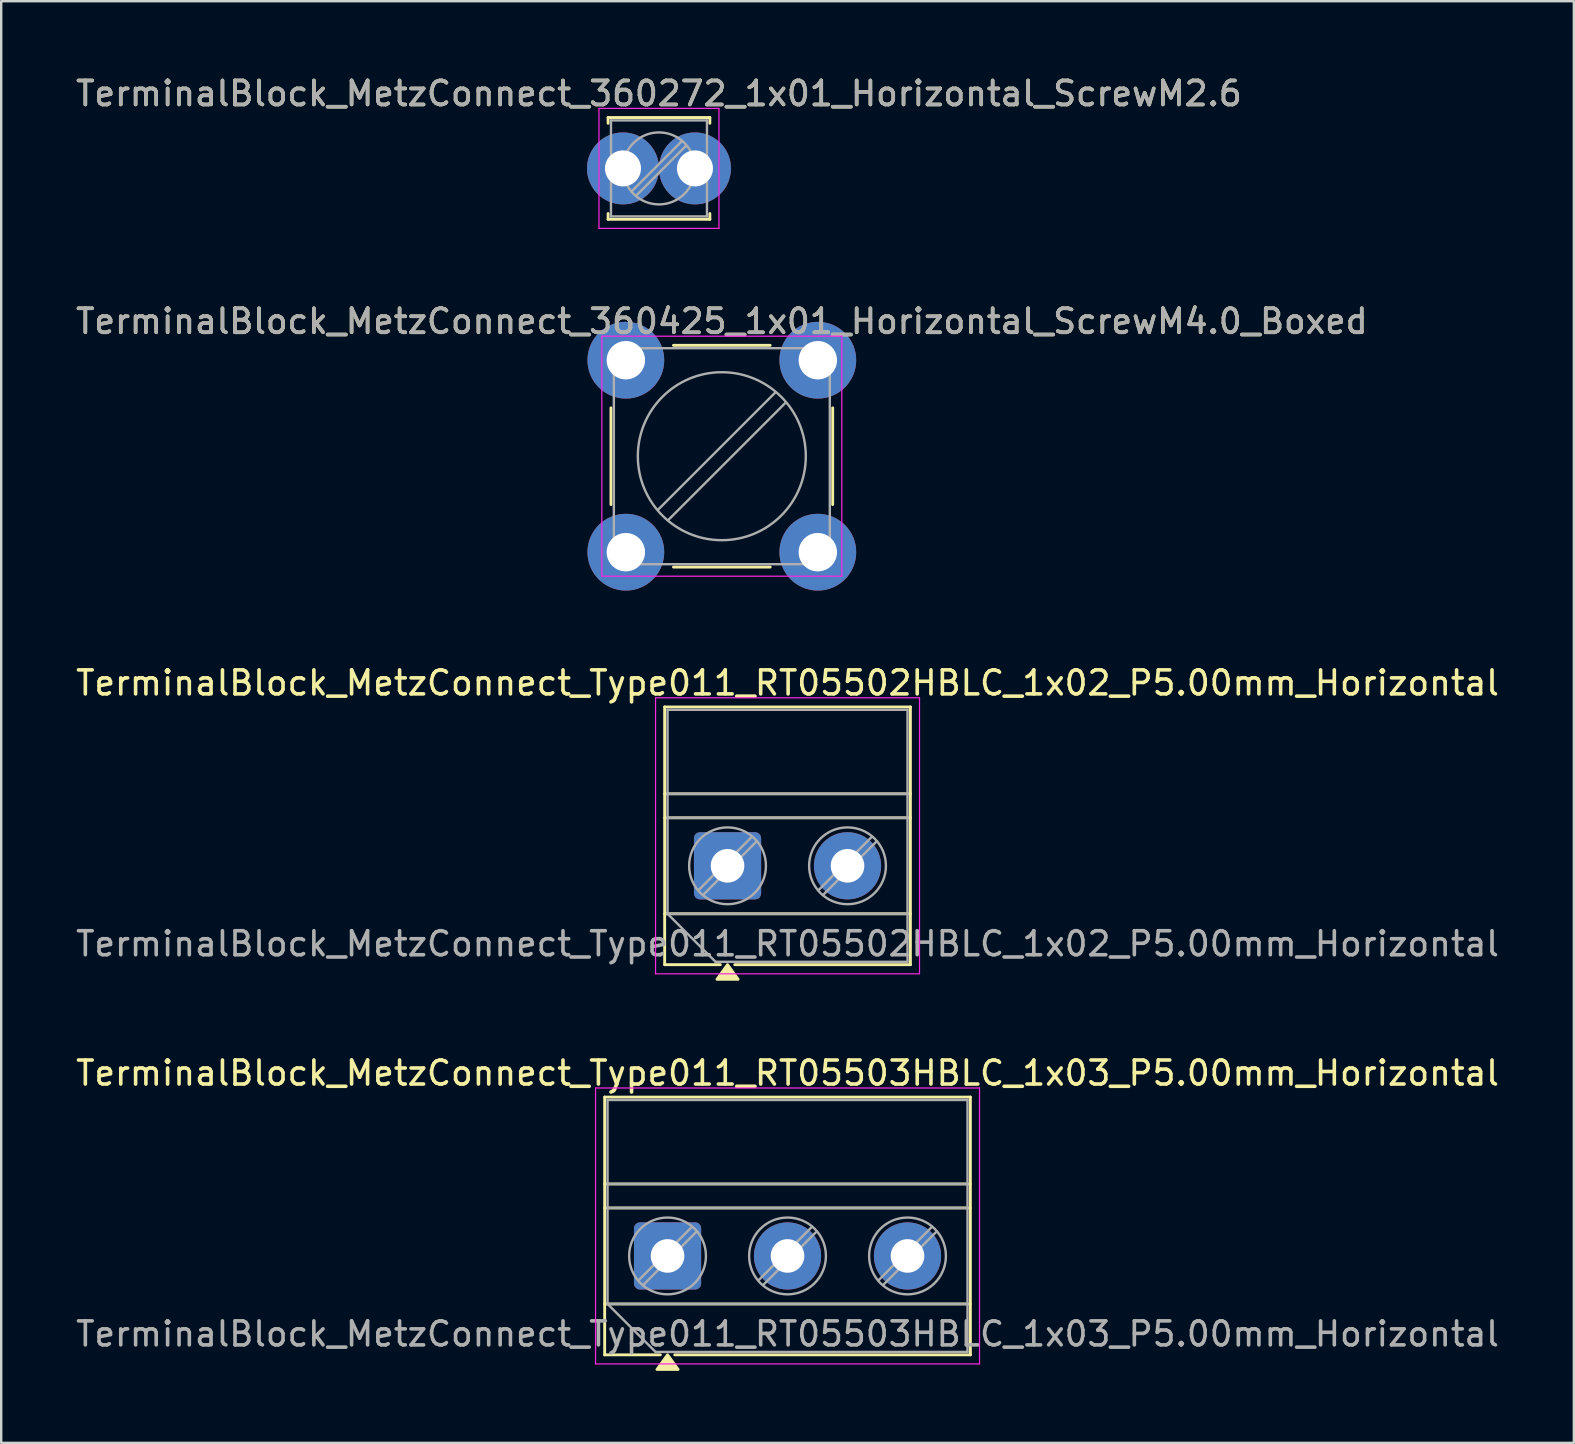
<source format=kicad_pcb>
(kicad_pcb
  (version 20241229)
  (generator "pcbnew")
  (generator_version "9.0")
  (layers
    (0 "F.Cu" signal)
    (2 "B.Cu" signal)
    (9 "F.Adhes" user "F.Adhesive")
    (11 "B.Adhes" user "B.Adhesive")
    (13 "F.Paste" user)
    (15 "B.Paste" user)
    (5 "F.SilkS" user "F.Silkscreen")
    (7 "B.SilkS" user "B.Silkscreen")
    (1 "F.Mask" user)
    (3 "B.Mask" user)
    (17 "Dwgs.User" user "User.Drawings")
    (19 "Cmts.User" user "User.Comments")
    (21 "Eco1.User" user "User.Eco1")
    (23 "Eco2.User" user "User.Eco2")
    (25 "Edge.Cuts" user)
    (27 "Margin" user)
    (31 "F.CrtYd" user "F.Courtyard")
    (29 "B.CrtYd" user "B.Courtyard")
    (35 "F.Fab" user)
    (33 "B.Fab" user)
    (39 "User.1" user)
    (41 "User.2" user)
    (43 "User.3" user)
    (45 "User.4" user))
  (footprint "TerminalBlock_MetzConnect_Type011_RT05502HBLC_1x02_P5.00mm_Horizontal"
    (layer "F.Cu")
    (at 27.268 33.03)
    (property "Reference" "TerminalBlock_MetzConnect_Type011_RT05502HBLC_1x02_P5.00mm_Horizontal" (at 2.5 -7.62 0) (layer "F.SilkS") (effects (font (size 1 1) (thickness 0.15))))
    (attr through_hole)
    (fp_line (start -2.62 -6.62) (end 7.62 -6.62) (stroke (width 0.12) (type solid)) (layer "F.SilkS"))
    (fp_line (start -2.62 -3) (end 7.62 -3) (stroke (width 0.12) (type solid)) (layer "F.SilkS"))
    (fp_line (start -2.62 -2) (end 7.62 -2) (stroke (width 0.12) (type solid)) (layer "F.SilkS"))
    (fp_line (start -2.62 2) (end 7.62 2) (stroke (width 0.12) (type solid)) (layer "F.SilkS"))
    (fp_line (start -2.62 4.12) (end -2.62 -6.62) (stroke (width 0.12) (type solid)) (layer "F.SilkS"))
    (fp_line (start -0.3 4.12) (end -2.62 4.12) (stroke (width 0.12) (type solid)) (layer "F.SilkS"))
    (fp_line (start 7.62 -6.62) (end 7.62 4.12) (stroke (width 0.12) (type solid)) (layer "F.SilkS"))
    (fp_line (start 7.62 4.12) (end 0.3 4.12) (stroke (width 0.12) (type solid)) (layer "F.SilkS"))
    (fp_poly (pts (xy 0 4.12) (xy 0.44 4.73) (xy -0.44 4.73)) (stroke (width 0.12) (type solid)) (fill yes) (layer "F.SilkS"))
    (fp_line (start -3 -7) (end -3 4.5) (stroke (width 0.05) (type solid)) (layer "F.CrtYd"))
    (fp_line (start -3 4.5) (end 8 4.5) (stroke (width 0.05) (type solid)) (layer "F.CrtYd"))
    (fp_line (start 8 -7) (end -3 -7) (stroke (width 0.05) (type solid)) (layer "F.CrtYd"))
    (fp_line (start 8 4.5) (end 8 -7) (stroke (width 0.05) (type solid)) (layer "F.CrtYd"))
    (fp_line (start -2.5 -6.5) (end 7.5 -6.5) (stroke (width 0.1) (type solid)) (layer "F.Fab"))
    (fp_line (start -2.5 -3) (end 7.5 -3) (stroke (width 0.1) (type solid)) (layer "F.Fab"))
    (fp_line (start -2.5 -2) (end 7.5 -2) (stroke (width 0.1) (type solid)) (layer "F.Fab"))
    (fp_line (start -2.5 2) (end -2.5 -6.5) (stroke (width 0.1) (type solid)) (layer "F.Fab"))
    (fp_line (start -2.5 2) (end 7.5 2) (stroke (width 0.1) (type solid)) (layer "F.Fab"))
    (fp_line (start -0.5 4) (end -2.5 2) (stroke (width 0.1) (type solid)) (layer "F.Fab"))
    (fp_line (start 1.018 -1.213) (end -1.213 1.018) (stroke (width 0.1) (type solid)) (layer "F.Fab"))
    (fp_line (start 1.213 -1.018) (end -1.018 1.213) (stroke (width 0.1) (type solid)) (layer "F.Fab"))
    (fp_line (start 6.018 -1.213) (end 3.787 1.018) (stroke (width 0.1) (type solid)) (layer "F.Fab"))
    (fp_line (start 6.213 -1.018) (end 3.982 1.213) (stroke (width 0.1) (type solid)) (layer "F.Fab"))
    (fp_line (start 7.5 -6.5) (end 7.5 4) (stroke (width 0.1) (type solid)) (layer "F.Fab"))
    (fp_line (start 7.5 4) (end -0.5 4) (stroke (width 0.1) (type solid)) (layer "F.Fab"))
    (fp_circle (center 0 0) (end 1.6 0) (stroke (width 0.1) (type solid)) (fill no) (layer "F.Fab"))
    (fp_circle (center 5 0) (end 6.6 0) (stroke (width 0.1) (type solid)) (fill no) (layer "F.Fab"))
    (fp_text user "${REFERENCE}" (at 2.5 3.25 0) (layer "F.Fab") (effects (font (size 1 1) (thickness 0.15))))
    (pad "1" thru_hole roundrect (at 0 0) (size 2.8 2.8) (drill 1.4) (layers "*.Cu" "*.Mask") (roundrect_rratio 0.089))
    (pad "2" thru_hole circle (at 5 0) (size 2.8 2.8) (drill 1.4) (layers "*.Cu" "*.Mask")))
  (footprint "TerminalBlock_MetzConnect_360272_1x01_Horizontal_ScrewM2.6"
    (layer "F.Cu")
    (at 22.911 3.968)
    (property "Reference" "TerminalBlock_MetzConnect_360272_1x01_Horizontal_ScrewM2.6" (at 1.5 -3.12 0) (layer "F.SilkS") (effects (font (size 1 1) (thickness 0.15))))
    (attr through_hole)
    (fp_line (start -0.62 -2.12) (end 3.62 -2.12) (stroke (width 0.12) (type solid)) (layer "F.SilkS"))
    (fp_line (start -0.62 -1.88) (end -0.62 -2.12) (stroke (width 0.12) (type solid)) (layer "F.SilkS"))
    (fp_line (start -0.62 2.12) (end -0.62 1.88) (stroke (width 0.12) (type solid)) (layer "F.SilkS"))
    (fp_line (start 3.62 -2.12) (end 3.62 -1.88) (stroke (width 0.12) (type solid)) (layer "F.SilkS"))
    (fp_line (start 3.62 1.88) (end 3.62 2.12) (stroke (width 0.12) (type solid)) (layer "F.SilkS"))
    (fp_line (start 3.62 2.12) (end -0.62 2.12) (stroke (width 0.12) (type solid)) (layer "F.SilkS"))
    (fp_line (start -1 -2.5) (end -1 2.5) (stroke (width 0.05) (type solid)) (layer "F.CrtYd"))
    (fp_line (start -1 2.5) (end 4 2.5) (stroke (width 0.05) (type solid)) (layer "F.CrtYd"))
    (fp_line (start 4 -2.5) (end -1 -2.5) (stroke (width 0.05) (type solid)) (layer "F.CrtYd"))
    (fp_line (start 4 2.5) (end 4 -2.5) (stroke (width 0.05) (type solid)) (layer "F.CrtYd"))
    (fp_line (start -0.5 -2) (end 3.5 -2) (stroke (width 0.1) (type solid)) (layer "F.Fab"))
    (fp_line (start -0.5 2) (end -0.5 -2) (stroke (width 0.1) (type solid)) (layer "F.Fab"))
    (fp_line (start 2.455 -1.138) (end 0.362 0.955) (stroke (width 0.1) (type solid)) (layer "F.Fab"))
    (fp_line (start 2.638 -0.955) (end 0.545 1.138) (stroke (width 0.1) (type solid)) (layer "F.Fab"))
    (fp_line (start 3.5 -2) (end 3.5 2) (stroke (width 0.1) (type solid)) (layer "F.Fab"))
    (fp_line (start 3.5 2) (end -0.5 2) (stroke (width 0.1) (type solid)) (layer "F.Fab"))
    (fp_circle (center 1.5 0) (end 3 0) (stroke (width 0.1) (type solid)) (fill no) (layer "F.Fab"))
    (fp_text user "${REFERENCE}" (at 1.5 -3.12 0) (layer "F.Fab") (effects (font (size 1 1) (thickness 0.15))))
    (pad "1" thru_hole circle (at 0 0) (size 3 3) (drill 1.5) (layers "*.Cu" "*.Mask"))
    (pad "1" thru_hole circle (at 3 0) (size 3 3) (drill 1.5) (layers "*.Cu" "*.Mask")))
  (footprint "TerminalBlock_MetzConnect_360425_1x01_Horizontal_ScrewM4.0_Boxed"
    (layer "F.Cu")
    (at 23.03 11.961)
    (property "Reference" "TerminalBlock_MetzConnect_360425_1x01_Horizontal_ScrewM4.0_Boxed" (at 4 -1.62 0) (layer "F.SilkS") (effects (font (size 1 1) (thickness 0.15))))
    (attr through_hole)
    (fp_line (start -0.62 6.015) (end -0.62 1.985) (stroke (width 0.12) (type solid)) (layer "F.SilkS"))
    (fp_line (start 1.985 -0.62) (end 6.015 -0.62) (stroke (width 0.12) (type solid)) (layer "F.SilkS"))
    (fp_line (start 6.015 8.62) (end 1.985 8.62) (stroke (width 0.12) (type solid)) (layer "F.SilkS"))
    (fp_line (start 8.62 1.985) (end 8.62 6.015) (stroke (width 0.12) (type solid)) (layer "F.SilkS"))
    (fp_line (start -1 -1) (end -1 9) (stroke (width 0.05) (type solid)) (layer "F.CrtYd"))
    (fp_line (start -1 9) (end 9 9) (stroke (width 0.05) (type solid)) (layer "F.CrtYd"))
    (fp_line (start 9 -1) (end -1 -1) (stroke (width 0.05) (type solid)) (layer "F.CrtYd"))
    (fp_line (start 9 9) (end 9 -1) (stroke (width 0.05) (type solid)) (layer "F.CrtYd"))
    (fp_line (start -0.5 -0.5) (end 8.5 -0.5) (stroke (width 0.1) (type solid)) (layer "F.Fab"))
    (fp_line (start -0.5 8.5) (end -0.5 -0.5) (stroke (width 0.1) (type solid)) (layer "F.Fab"))
    (fp_line (start 6.227 1.346) (end 1.346 6.227) (stroke (width 0.1) (type solid)) (layer "F.Fab"))
    (fp_line (start 6.654 1.773) (end 1.773 6.654) (stroke (width 0.1) (type solid)) (layer "F.Fab"))
    (fp_line (start 8.5 -0.5) (end 8.5 8.5) (stroke (width 0.1) (type solid)) (layer "F.Fab"))
    (fp_line (start 8.5 8.5) (end -0.5 8.5) (stroke (width 0.1) (type solid)) (layer "F.Fab"))
    (fp_circle (center 4 4) (end 7.5 4) (stroke (width 0.1) (type solid)) (fill no) (layer "F.Fab"))
    (fp_text user "${REFERENCE}" (at 4 -1.62 0) (layer "F.Fab") (effects (font (size 1 1) (thickness 0.15))))
    (pad "1" thru_hole circle (at 0 0) (size 3.2 3.2) (drill 1.6) (layers "*.Cu" "*.Mask"))
    (pad "1" thru_hole circle (at 0 8) (size 3.2 3.2) (drill 1.6) (layers "*.Cu" "*.Mask"))
    (pad "1" thru_hole circle (at 8 0) (size 3.2 3.2) (drill 1.6) (layers "*.Cu" "*.Mask"))
    (pad "1" thru_hole circle (at 8 8) (size 3.2 3.2) (drill 1.6) (layers "*.Cu" "*.Mask")))
  (footprint "TerminalBlock_MetzConnect_Type011_RT05503HBLC_1x03_P5.00mm_Horizontal"
    (layer "F.Cu")
    (at 24.768 49.288)
    (property "Reference" "TerminalBlock_MetzConnect_Type011_RT05503HBLC_1x03_P5.00mm_Horizontal" (at 5 -7.62 0) (layer "F.SilkS") (effects (font (size 1 1) (thickness 0.15))))
    (attr through_hole)
    (fp_line (start -2.62 -6.62) (end 12.62 -6.62) (stroke (width 0.12) (type solid)) (layer "F.SilkS"))
    (fp_line (start -2.62 -3) (end 12.62 -3) (stroke (width 0.12) (type solid)) (layer "F.SilkS"))
    (fp_line (start -2.62 -2) (end 12.62 -2) (stroke (width 0.12) (type solid)) (layer "F.SilkS"))
    (fp_line (start -2.62 2) (end 12.62 2) (stroke (width 0.12) (type solid)) (layer "F.SilkS"))
    (fp_line (start -2.62 4.12) (end -2.62 -6.62) (stroke (width 0.12) (type solid)) (layer "F.SilkS"))
    (fp_line (start -0.3 4.12) (end -2.62 4.12) (stroke (width 0.12) (type solid)) (layer "F.SilkS"))
    (fp_line (start 12.62 -6.62) (end 12.62 4.12) (stroke (width 0.12) (type solid)) (layer "F.SilkS"))
    (fp_line (start 12.62 4.12) (end 0.3 4.12) (stroke (width 0.12) (type solid)) (layer "F.SilkS"))
    (fp_poly (pts (xy 0 4.12) (xy 0.44 4.73) (xy -0.44 4.73)) (stroke (width 0.12) (type solid)) (fill yes) (layer "F.SilkS"))
    (fp_line (start -3 -7) (end -3 4.5) (stroke (width 0.05) (type solid)) (layer "F.CrtYd"))
    (fp_line (start -3 4.5) (end 13 4.5) (stroke (width 0.05) (type solid)) (layer "F.CrtYd"))
    (fp_line (start 13 -7) (end -3 -7) (stroke (width 0.05) (type solid)) (layer "F.CrtYd"))
    (fp_line (start 13 4.5) (end 13 -7) (stroke (width 0.05) (type solid)) (layer "F.CrtYd"))
    (fp_line (start -2.5 -6.5) (end 12.5 -6.5) (stroke (width 0.1) (type solid)) (layer "F.Fab"))
    (fp_line (start -2.5 -3) (end 12.5 -3) (stroke (width 0.1) (type solid)) (layer "F.Fab"))
    (fp_line (start -2.5 -2) (end 12.5 -2) (stroke (width 0.1) (type solid)) (layer "F.Fab"))
    (fp_line (start -2.5 2) (end -2.5 -6.5) (stroke (width 0.1) (type solid)) (layer "F.Fab"))
    (fp_line (start -2.5 2) (end 12.5 2) (stroke (width 0.1) (type solid)) (layer "F.Fab"))
    (fp_line (start -0.5 4) (end -2.5 2) (stroke (width 0.1) (type solid)) (layer "F.Fab"))
    (fp_line (start 1.018 -1.213) (end -1.213 1.018) (stroke (width 0.1) (type solid)) (layer "F.Fab"))
    (fp_line (start 1.213 -1.018) (end -1.018 1.213) (stroke (width 0.1) (type solid)) (layer "F.Fab"))
    (fp_line (start 6.018 -1.213) (end 3.787 1.018) (stroke (width 0.1) (type solid)) (layer "F.Fab"))
    (fp_line (start 6.213 -1.018) (end 3.982 1.213) (stroke (width 0.1) (type solid)) (layer "F.Fab"))
    (fp_line (start 11.018 -1.213) (end 8.787 1.018) (stroke (width 0.1) (type solid)) (layer "F.Fab"))
    (fp_line (start 11.213 -1.018) (end 8.982 1.213) (stroke (width 0.1) (type solid)) (layer "F.Fab"))
    (fp_line (start 12.5 -6.5) (end 12.5 4) (stroke (width 0.1) (type solid)) (layer "F.Fab"))
    (fp_line (start 12.5 4) (end -0.5 4) (stroke (width 0.1) (type solid)) (layer "F.Fab"))
    (fp_circle (center 0 0) (end 1.6 0) (stroke (width 0.1) (type solid)) (fill no) (layer "F.Fab"))
    (fp_circle (center 5 0) (end 6.6 0) (stroke (width 0.1) (type solid)) (fill no) (layer "F.Fab"))
    (fp_circle (center 10 0) (end 11.6 0) (stroke (width 0.1) (type solid)) (fill no) (layer "F.Fab"))
    (fp_text user "${REFERENCE}" (at 5 3.25 0) (layer "F.Fab") (effects (font (size 1 1) (thickness 0.15))))
    (pad "1" thru_hole roundrect (at 0 0) (size 2.8 2.8) (drill 1.4) (layers "*.Cu" "*.Mask") (roundrect_rratio 0.089))
    (pad "2" thru_hole circle (at 5 0) (size 2.8 2.8) (drill 1.4) (layers "*.Cu" "*.Mask"))
    (pad "3" thru_hole circle (at 10 0) (size 2.8 2.8) (drill 1.4) (layers "*.Cu" "*.Mask")))
  (gr_rect
    (start -3 -3)
    (end 62.536 57.078)
    (stroke (width 0.1) (type default))
    (fill no)
    (layer "Edge.Cuts")))
</source>
